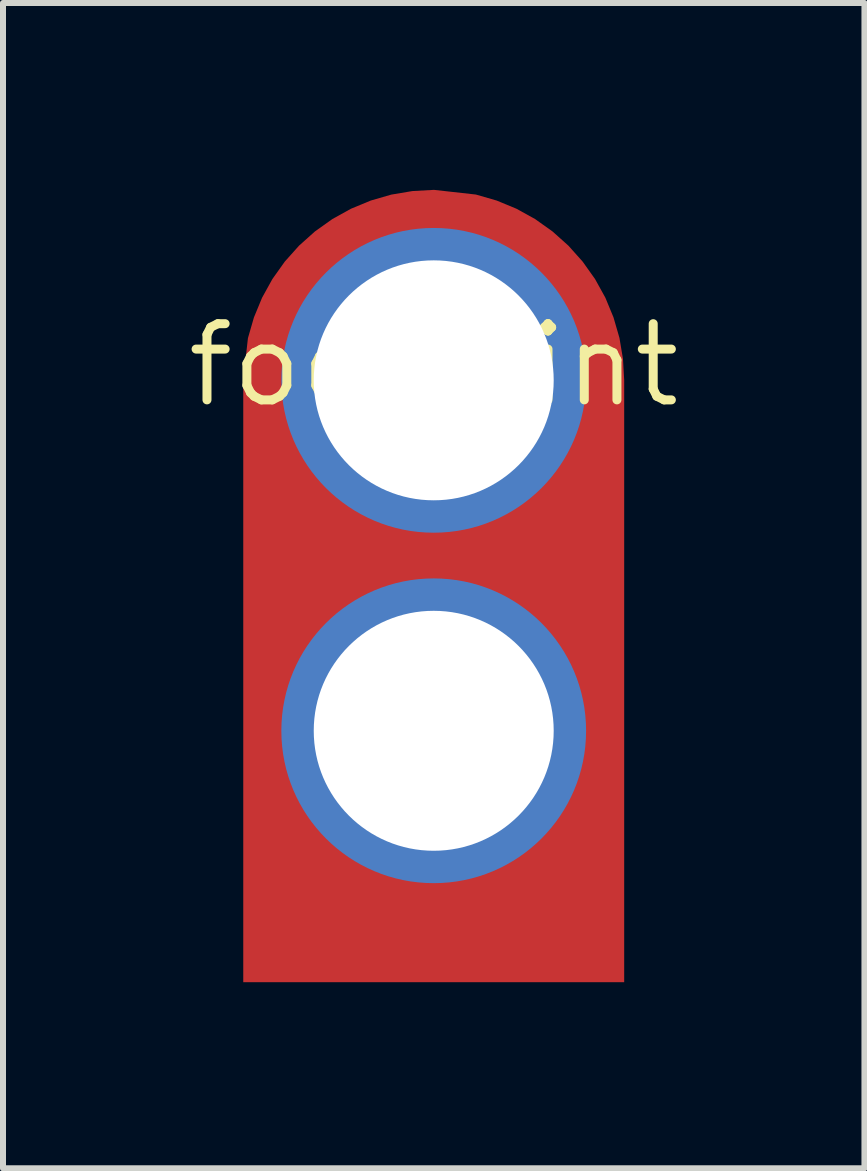
<source format=kicad_pcb>
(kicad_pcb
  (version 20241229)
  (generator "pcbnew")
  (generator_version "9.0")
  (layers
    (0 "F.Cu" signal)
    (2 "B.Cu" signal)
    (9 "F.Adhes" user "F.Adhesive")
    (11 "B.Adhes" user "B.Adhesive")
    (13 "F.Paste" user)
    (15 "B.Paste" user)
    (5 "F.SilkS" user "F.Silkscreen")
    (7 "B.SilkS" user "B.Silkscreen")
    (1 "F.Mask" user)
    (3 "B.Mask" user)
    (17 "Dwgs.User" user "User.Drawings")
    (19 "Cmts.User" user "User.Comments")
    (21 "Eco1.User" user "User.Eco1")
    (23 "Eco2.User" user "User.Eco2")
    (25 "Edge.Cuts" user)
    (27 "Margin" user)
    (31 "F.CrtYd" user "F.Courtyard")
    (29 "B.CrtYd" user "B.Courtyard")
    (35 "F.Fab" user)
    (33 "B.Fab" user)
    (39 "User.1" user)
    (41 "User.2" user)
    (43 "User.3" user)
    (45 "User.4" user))
  (footprint "footprint"
    (layer "F.Cu")
    (at 4.18 3.036)
    (property "Reference" "footprint" (at 0 0 0) (layer "F.SilkS") (effects (font (size 1.27 1.27) (thickness 0.15))))
    (fp_poly (pts (xy 0.703 -2.843) (xy 1.049 -2.743) (xy 1.378 -2.607) (xy 1.689 -2.435) (xy 1.98 -2.228) (xy 2.245 -1.991) (xy 2.482 -1.726) (xy 2.689 -1.435) (xy 2.861 -1.124) (xy 2.997 -0.795) (xy 3.096 -0.453) (xy 3.155 -0.102) (xy 3.175 0.25) (xy 3.175 10.287) (xy -3.175 10.287) (xy -3.175 0.247) (xy -3.097 -0.449) (xy -2.997 -0.795) (xy -2.861 -1.124) (xy -2.689 -1.435) (xy -2.482 -1.726) (xy -2.245 -1.991) (xy -1.98 -2.228) (xy -1.689 -2.435) (xy -1.378 -2.607) (xy -1.049 -2.743) (xy -0.707 -2.842) (xy -0.356 -2.901) (xy 0.004 -2.921)) (stroke (width 0) (type solid)) (fill yes) (layer "F.Cu"))
    (fp_poly (pts (xy 0.003 -2.972) (xy 0.344 -2.97) (xy 0.693 -2.929) (xy 1.034 -2.849) (xy 1.365 -2.731) (xy 1.68 -2.577) (xy 1.976 -2.389) (xy 2.249 -2.169) (xy 2.496 -1.92) (xy 2.713 -1.644) (xy 2.898 -1.346) (xy 3.049 -1.029) (xy 3.164 -0.694) (xy 3.277 -0.01) (xy 3.277 10.389) (xy -3.277 10.389) (xy -3.277 0.1) (xy -3.267 -0.258) (xy -3.213 -0.618) (xy -3.115 -0.969) (xy -2.976 -1.305) (xy -2.797 -1.622) (xy -2.58 -1.915) (xy -2.33 -2.179) (xy -2.05 -2.411) (xy -1.743 -2.607) (xy -1.415 -2.765) (xy -1.07 -2.882) (xy -0.714 -2.956) (xy -0.351 -2.986)) (stroke (width 0) (type solid)) (fill yes) (layer "F.Mask"))
    (fp_poly (pts (xy 0.028 -3.023) (xy 0.37 -3.021) (xy 0.718 -2.98) (xy 1.06 -2.9) (xy 1.39 -2.782) (xy 1.705 -2.628) (xy 2.002 -2.44) (xy 2.275 -2.22) (xy 2.521 -1.971) (xy 2.739 -1.695) (xy 2.924 -1.397) (xy 3.074 -1.08) (xy 3.19 -0.745) (xy 3.302 -0.061) (xy 3.302 10.338) (xy -3.251 10.338) (xy -3.251 0.049) (xy -3.241 -0.309) (xy -3.187 -0.669) (xy -3.09 -1.02) (xy -2.95 -1.356) (xy -2.771 -1.673) (xy -2.555 -1.966) (xy -2.305 -2.23) (xy -2.024 -2.462) (xy -1.718 -2.658) (xy -1.39 -2.816) (xy -1.045 -2.932) (xy -0.688 -3.006) (xy -0.326 -3.036)) (stroke (width 0) (type solid)) (fill yes) (layer "B.Mask"))
    (fp_poly (pts (xy 0.703 -2.843) (xy 1.049 -2.743) (xy 1.378 -2.607) (xy 1.689 -2.435) (xy 1.98 -2.228) (xy 2.245 -1.991) (xy 2.482 -1.726) (xy 2.689 -1.435) (xy 2.861 -1.124) (xy 2.997 -0.795) (xy 3.096 -0.453) (xy 3.155 -0.102) (xy 3.175 0.25) (xy 3.175 10.287) (xy -3.175 10.287) (xy -3.175 0.247) (xy -3.097 -0.449) (xy -2.997 -0.795) (xy -2.861 -1.124) (xy -2.689 -1.435) (xy -2.482 -1.726) (xy -2.245 -1.991) (xy -1.98 -2.228) (xy -1.689 -2.435) (xy -1.378 -2.607) (xy -1.049 -2.743) (xy -0.707 -2.842) (xy -0.356 -2.901) (xy 0.004 -2.921)) (stroke (width 0) (type solid)) (fill yes) (layer "In1.Cu"))
    (pad "P$1" thru_hole circle (at 0 6.096) (size 5.08 5.08) (drill 4) (layers "*.Cu" "*.Mask"))
    (pad "P$2" thru_hole circle (at 0 0.254) (size 5.08 5.08) (drill 4) (layers "*.Cu" "*.Mask")))
  (gr_rect
    (start -3 -3)
    (end 11.36 16.425)
    (stroke (width 0.1) (type default))
    (fill no)
    (layer "Edge.Cuts")))
</source>
